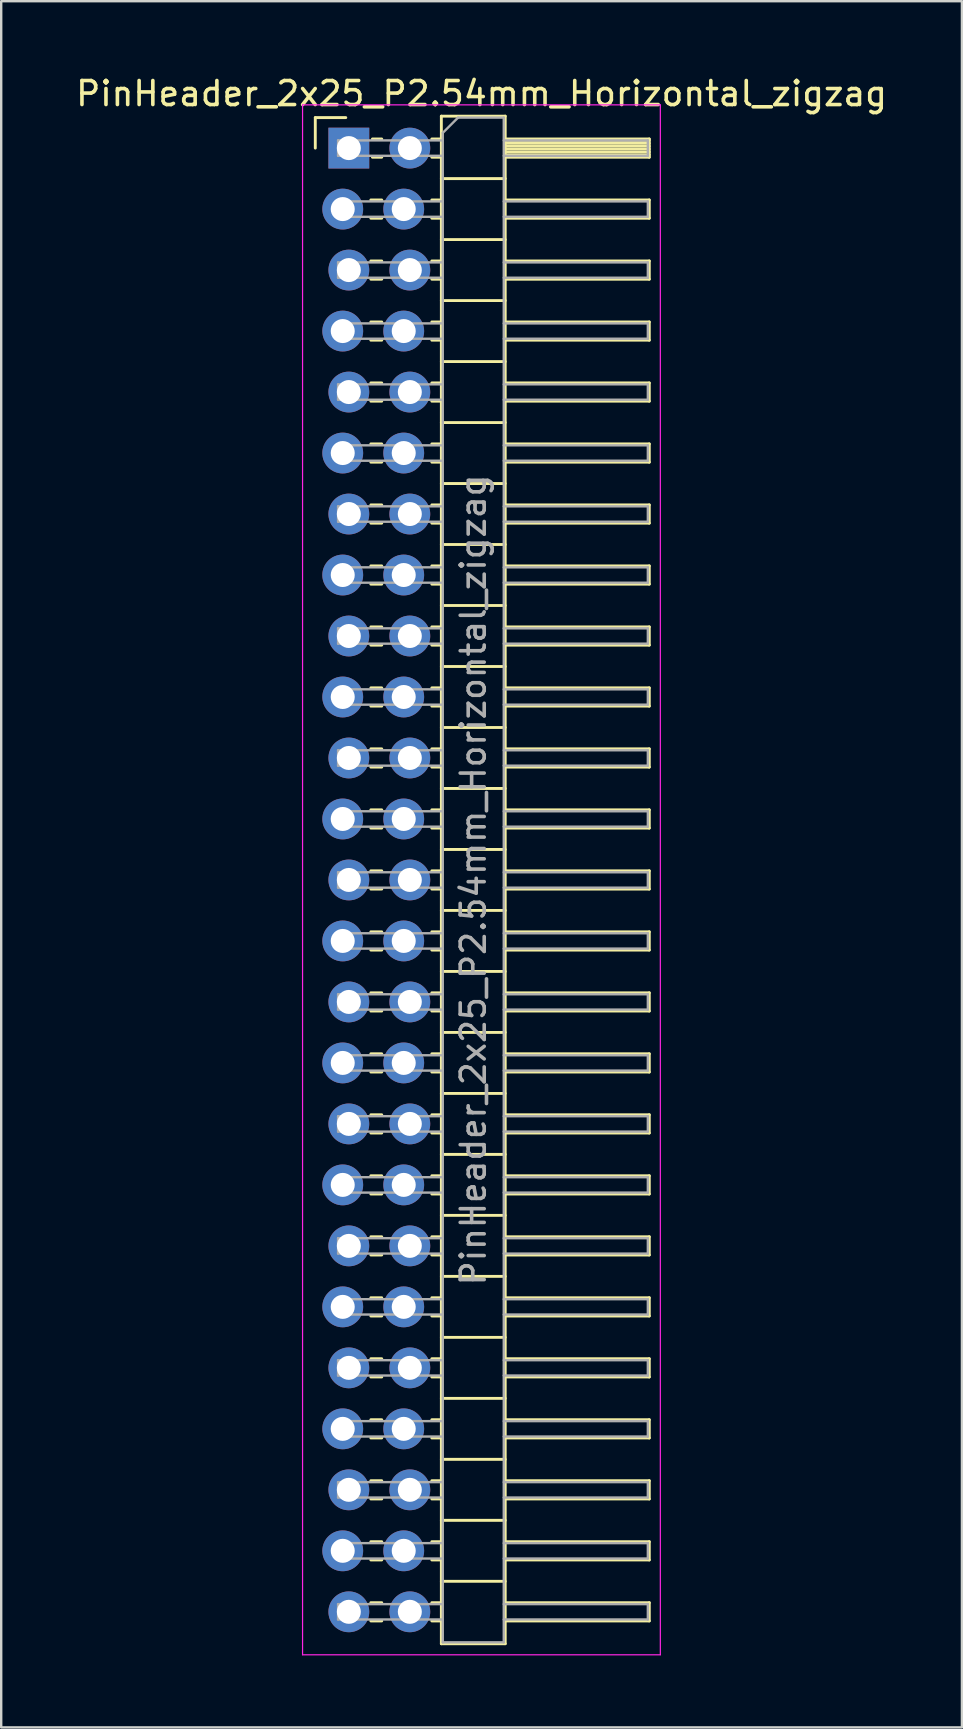
<source format=kicad_pcb>
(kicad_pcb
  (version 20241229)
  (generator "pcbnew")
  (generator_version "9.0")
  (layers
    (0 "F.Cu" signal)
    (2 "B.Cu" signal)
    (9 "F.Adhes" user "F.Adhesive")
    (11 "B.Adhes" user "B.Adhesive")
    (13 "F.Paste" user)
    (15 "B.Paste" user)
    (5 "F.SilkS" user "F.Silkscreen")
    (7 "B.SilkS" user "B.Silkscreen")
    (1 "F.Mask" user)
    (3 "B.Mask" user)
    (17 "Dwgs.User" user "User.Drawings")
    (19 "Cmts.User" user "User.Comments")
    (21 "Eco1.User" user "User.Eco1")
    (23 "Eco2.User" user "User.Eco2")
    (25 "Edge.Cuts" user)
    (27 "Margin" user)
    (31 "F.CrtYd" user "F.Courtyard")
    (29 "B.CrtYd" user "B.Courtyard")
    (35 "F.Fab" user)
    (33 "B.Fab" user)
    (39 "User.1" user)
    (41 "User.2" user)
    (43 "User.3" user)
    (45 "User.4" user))
  (footprint "PinHeader_2x25_P2.54mm_Horizontal_zigzag"
    (layer "F.Cu")
    (at 11.351 3.118)
    (property "Reference" "PinHeader_2x25_P2.54mm_Horizontal_zigzag" (at 5.655 -2.27 0) (layer "F.SilkS") (effects (font (size 1 1) (thickness 0.15))))
    (attr through_hole)
    (fp_line (start -1.27 -1.27) (end 0 -1.27) (stroke (width 0.12) (type solid)) (layer "F.SilkS"))
    (fp_line (start -1.27 0) (end -1.27 -1.27) (stroke (width 0.12) (type solid)) (layer "F.SilkS"))
    (fp_line (start 1.043 2.16) (end 1.497 2.16) (stroke (width 0.12) (type solid)) (layer "F.SilkS"))
    (fp_line (start 1.043 2.92) (end 1.497 2.92) (stroke (width 0.12) (type solid)) (layer "F.SilkS"))
    (fp_line (start 1.043 4.7) (end 1.497 4.7) (stroke (width 0.12) (type solid)) (layer "F.SilkS"))
    (fp_line (start 1.043 5.46) (end 1.497 5.46) (stroke (width 0.12) (type solid)) (layer "F.SilkS"))
    (fp_line (start 1.043 7.24) (end 1.497 7.24) (stroke (width 0.12) (type solid)) (layer "F.SilkS"))
    (fp_line (start 1.043 8) (end 1.497 8) (stroke (width 0.12) (type solid)) (layer "F.SilkS"))
    (fp_line (start 1.043 9.78) (end 1.497 9.78) (stroke (width 0.12) (type solid)) (layer "F.SilkS"))
    (fp_line (start 1.043 10.54) (end 1.497 10.54) (stroke (width 0.12) (type solid)) (layer "F.SilkS"))
    (fp_line (start 1.043 12.32) (end 1.497 12.32) (stroke (width 0.12) (type solid)) (layer "F.SilkS"))
    (fp_line (start 1.043 13.08) (end 1.497 13.08) (stroke (width 0.12) (type solid)) (layer "F.SilkS"))
    (fp_line (start 1.043 14.86) (end 1.497 14.86) (stroke (width 0.12) (type solid)) (layer "F.SilkS"))
    (fp_line (start 1.043 15.62) (end 1.497 15.62) (stroke (width 0.12) (type solid)) (layer "F.SilkS"))
    (fp_line (start 1.043 17.4) (end 1.497 17.4) (stroke (width 0.12) (type solid)) (layer "F.SilkS"))
    (fp_line (start 1.043 18.16) (end 1.497 18.16) (stroke (width 0.12) (type solid)) (layer "F.SilkS"))
    (fp_line (start 1.043 19.94) (end 1.497 19.94) (stroke (width 0.12) (type solid)) (layer "F.SilkS"))
    (fp_line (start 1.043 20.7) (end 1.497 20.7) (stroke (width 0.12) (type solid)) (layer "F.SilkS"))
    (fp_line (start 1.043 22.48) (end 1.497 22.48) (stroke (width 0.12) (type solid)) (layer "F.SilkS"))
    (fp_line (start 1.043 23.24) (end 1.497 23.24) (stroke (width 0.12) (type solid)) (layer "F.SilkS"))
    (fp_line (start 1.043 25.02) (end 1.497 25.02) (stroke (width 0.12) (type solid)) (layer "F.SilkS"))
    (fp_line (start 1.043 25.78) (end 1.497 25.78) (stroke (width 0.12) (type solid)) (layer "F.SilkS"))
    (fp_line (start 1.043 27.56) (end 1.497 27.56) (stroke (width 0.12) (type solid)) (layer "F.SilkS"))
    (fp_line (start 1.043 28.32) (end 1.497 28.32) (stroke (width 0.12) (type solid)) (layer "F.SilkS"))
    (fp_line (start 1.043 30.1) (end 1.497 30.1) (stroke (width 0.12) (type solid)) (layer "F.SilkS"))
    (fp_line (start 1.043 30.86) (end 1.497 30.86) (stroke (width 0.12) (type solid)) (layer "F.SilkS"))
    (fp_line (start 1.043 32.64) (end 1.497 32.64) (stroke (width 0.12) (type solid)) (layer "F.SilkS"))
    (fp_line (start 1.043 33.4) (end 1.497 33.4) (stroke (width 0.12) (type solid)) (layer "F.SilkS"))
    (fp_line (start 1.043 35.18) (end 1.497 35.18) (stroke (width 0.12) (type solid)) (layer "F.SilkS"))
    (fp_line (start 1.043 35.94) (end 1.497 35.94) (stroke (width 0.12) (type solid)) (layer "F.SilkS"))
    (fp_line (start 1.043 37.72) (end 1.497 37.72) (stroke (width 0.12) (type solid)) (layer "F.SilkS"))
    (fp_line (start 1.043 38.48) (end 1.497 38.48) (stroke (width 0.12) (type solid)) (layer "F.SilkS"))
    (fp_line (start 1.043 40.26) (end 1.497 40.26) (stroke (width 0.12) (type solid)) (layer "F.SilkS"))
    (fp_line (start 1.043 41.02) (end 1.497 41.02) (stroke (width 0.12) (type solid)) (layer "F.SilkS"))
    (fp_line (start 1.043 42.8) (end 1.497 42.8) (stroke (width 0.12) (type solid)) (layer "F.SilkS"))
    (fp_line (start 1.043 43.56) (end 1.497 43.56) (stroke (width 0.12) (type solid)) (layer "F.SilkS"))
    (fp_line (start 1.043 45.34) (end 1.497 45.34) (stroke (width 0.12) (type solid)) (layer "F.SilkS"))
    (fp_line (start 1.043 46.1) (end 1.497 46.1) (stroke (width 0.12) (type solid)) (layer "F.SilkS"))
    (fp_line (start 1.043 47.88) (end 1.497 47.88) (stroke (width 0.12) (type solid)) (layer "F.SilkS"))
    (fp_line (start 1.043 48.64) (end 1.497 48.64) (stroke (width 0.12) (type solid)) (layer "F.SilkS"))
    (fp_line (start 1.043 50.42) (end 1.497 50.42) (stroke (width 0.12) (type solid)) (layer "F.SilkS"))
    (fp_line (start 1.043 51.18) (end 1.497 51.18) (stroke (width 0.12) (type solid)) (layer "F.SilkS"))
    (fp_line (start 1.043 52.96) (end 1.497 52.96) (stroke (width 0.12) (type solid)) (layer "F.SilkS"))
    (fp_line (start 1.043 53.72) (end 1.497 53.72) (stroke (width 0.12) (type solid)) (layer "F.SilkS"))
    (fp_line (start 1.043 55.5) (end 1.497 55.5) (stroke (width 0.12) (type solid)) (layer "F.SilkS"))
    (fp_line (start 1.043 56.26) (end 1.497 56.26) (stroke (width 0.12) (type solid)) (layer "F.SilkS"))
    (fp_line (start 1.043 58.04) (end 1.497 58.04) (stroke (width 0.12) (type solid)) (layer "F.SilkS"))
    (fp_line (start 1.043 58.8) (end 1.497 58.8) (stroke (width 0.12) (type solid)) (layer "F.SilkS"))
    (fp_line (start 1.043 60.58) (end 1.497 60.58) (stroke (width 0.12) (type solid)) (layer "F.SilkS"))
    (fp_line (start 1.043 61.34) (end 1.497 61.34) (stroke (width 0.12) (type solid)) (layer "F.SilkS"))
    (fp_line (start 1.11 -0.38) (end 1.497 -0.38) (stroke (width 0.12) (type solid)) (layer "F.SilkS"))
    (fp_line (start 1.11 0.38) (end 1.497 0.38) (stroke (width 0.12) (type solid)) (layer "F.SilkS"))
    (fp_line (start 3.583 -0.38) (end 3.98 -0.38) (stroke (width 0.12) (type solid)) (layer "F.SilkS"))
    (fp_line (start 3.583 0.38) (end 3.98 0.38) (stroke (width 0.12) (type solid)) (layer "F.SilkS"))
    (fp_line (start 3.583 2.16) (end 3.98 2.16) (stroke (width 0.12) (type solid)) (layer "F.SilkS"))
    (fp_line (start 3.583 2.92) (end 3.98 2.92) (stroke (width 0.12) (type solid)) (layer "F.SilkS"))
    (fp_line (start 3.583 4.7) (end 3.98 4.7) (stroke (width 0.12) (type solid)) (layer "F.SilkS"))
    (fp_line (start 3.583 5.46) (end 3.98 5.46) (stroke (width 0.12) (type solid)) (layer "F.SilkS"))
    (fp_line (start 3.583 7.24) (end 3.98 7.24) (stroke (width 0.12) (type solid)) (layer "F.SilkS"))
    (fp_line (start 3.583 8) (end 3.98 8) (stroke (width 0.12) (type solid)) (layer "F.SilkS"))
    (fp_line (start 3.583 9.78) (end 3.98 9.78) (stroke (width 0.12) (type solid)) (layer "F.SilkS"))
    (fp_line (start 3.583 10.54) (end 3.98 10.54) (stroke (width 0.12) (type solid)) (layer "F.SilkS"))
    (fp_line (start 3.583 12.32) (end 3.98 12.32) (stroke (width 0.12) (type solid)) (layer "F.SilkS"))
    (fp_line (start 3.583 13.08) (end 3.98 13.08) (stroke (width 0.12) (type solid)) (layer "F.SilkS"))
    (fp_line (start 3.583 14.86) (end 3.98 14.86) (stroke (width 0.12) (type solid)) (layer "F.SilkS"))
    (fp_line (start 3.583 15.62) (end 3.98 15.62) (stroke (width 0.12) (type solid)) (layer "F.SilkS"))
    (fp_line (start 3.583 17.4) (end 3.98 17.4) (stroke (width 0.12) (type solid)) (layer "F.SilkS"))
    (fp_line (start 3.583 18.16) (end 3.98 18.16) (stroke (width 0.12) (type solid)) (layer "F.SilkS"))
    (fp_line (start 3.583 19.94) (end 3.98 19.94) (stroke (width 0.12) (type solid)) (layer "F.SilkS"))
    (fp_line (start 3.583 20.7) (end 3.98 20.7) (stroke (width 0.12) (type solid)) (layer "F.SilkS"))
    (fp_line (start 3.583 22.48) (end 3.98 22.48) (stroke (width 0.12) (type solid)) (layer "F.SilkS"))
    (fp_line (start 3.583 23.24) (end 3.98 23.24) (stroke (width 0.12) (type solid)) (layer "F.SilkS"))
    (fp_line (start 3.583 25.02) (end 3.98 25.02) (stroke (width 0.12) (type solid)) (layer "F.SilkS"))
    (fp_line (start 3.583 25.78) (end 3.98 25.78) (stroke (width 0.12) (type solid)) (layer "F.SilkS"))
    (fp_line (start 3.583 27.56) (end 3.98 27.56) (stroke (width 0.12) (type solid)) (layer "F.SilkS"))
    (fp_line (start 3.583 28.32) (end 3.98 28.32) (stroke (width 0.12) (type solid)) (layer "F.SilkS"))
    (fp_line (start 3.583 30.1) (end 3.98 30.1) (stroke (width 0.12) (type solid)) (layer "F.SilkS"))
    (fp_line (start 3.583 30.86) (end 3.98 30.86) (stroke (width 0.12) (type solid)) (layer "F.SilkS"))
    (fp_line (start 3.583 32.64) (end 3.98 32.64) (stroke (width 0.12) (type solid)) (layer "F.SilkS"))
    (fp_line (start 3.583 33.4) (end 3.98 33.4) (stroke (width 0.12) (type solid)) (layer "F.SilkS"))
    (fp_line (start 3.583 35.18) (end 3.98 35.18) (stroke (width 0.12) (type solid)) (layer "F.SilkS"))
    (fp_line (start 3.583 35.94) (end 3.98 35.94) (stroke (width 0.12) (type solid)) (layer "F.SilkS"))
    (fp_line (start 3.583 37.72) (end 3.98 37.72) (stroke (width 0.12) (type solid)) (layer "F.SilkS"))
    (fp_line (start 3.583 38.48) (end 3.98 38.48) (stroke (width 0.12) (type solid)) (layer "F.SilkS"))
    (fp_line (start 3.583 40.26) (end 3.98 40.26) (stroke (width 0.12) (type solid)) (layer "F.SilkS"))
    (fp_line (start 3.583 41.02) (end 3.98 41.02) (stroke (width 0.12) (type solid)) (layer "F.SilkS"))
    (fp_line (start 3.583 42.8) (end 3.98 42.8) (stroke (width 0.12) (type solid)) (layer "F.SilkS"))
    (fp_line (start 3.583 43.56) (end 3.98 43.56) (stroke (width 0.12) (type solid)) (layer "F.SilkS"))
    (fp_line (start 3.583 45.34) (end 3.98 45.34) (stroke (width 0.12) (type solid)) (layer "F.SilkS"))
    (fp_line (start 3.583 46.1) (end 3.98 46.1) (stroke (width 0.12) (type solid)) (layer "F.SilkS"))
    (fp_line (start 3.583 47.88) (end 3.98 47.88) (stroke (width 0.12) (type solid)) (layer "F.SilkS"))
    (fp_line (start 3.583 48.64) (end 3.98 48.64) (stroke (width 0.12) (type solid)) (layer "F.SilkS"))
    (fp_line (start 3.583 50.42) (end 3.98 50.42) (stroke (width 0.12) (type solid)) (layer "F.SilkS"))
    (fp_line (start 3.583 51.18) (end 3.98 51.18) (stroke (width 0.12) (type solid)) (layer "F.SilkS"))
    (fp_line (start 3.583 52.96) (end 3.98 52.96) (stroke (width 0.12) (type solid)) (layer "F.SilkS"))
    (fp_line (start 3.583 53.72) (end 3.98 53.72) (stroke (width 0.12) (type solid)) (layer "F.SilkS"))
    (fp_line (start 3.583 55.5) (end 3.98 55.5) (stroke (width 0.12) (type solid)) (layer "F.SilkS"))
    (fp_line (start 3.583 56.26) (end 3.98 56.26) (stroke (width 0.12) (type solid)) (layer "F.SilkS"))
    (fp_line (start 3.583 58.04) (end 3.98 58.04) (stroke (width 0.12) (type solid)) (layer "F.SilkS"))
    (fp_line (start 3.583 58.8) (end 3.98 58.8) (stroke (width 0.12) (type solid)) (layer "F.SilkS"))
    (fp_line (start 3.583 60.58) (end 3.98 60.58) (stroke (width 0.12) (type solid)) (layer "F.SilkS"))
    (fp_line (start 3.583 61.34) (end 3.98 61.34) (stroke (width 0.12) (type solid)) (layer "F.SilkS"))
    (fp_line (start 3.98 -1.33) (end 3.98 62.29) (stroke (width 0.12) (type solid)) (layer "F.SilkS"))
    (fp_line (start 3.98 1.27) (end 6.64 1.27) (stroke (width 0.12) (type solid)) (layer "F.SilkS"))
    (fp_line (start 3.98 3.81) (end 6.64 3.81) (stroke (width 0.12) (type solid)) (layer "F.SilkS"))
    (fp_line (start 3.98 6.35) (end 6.64 6.35) (stroke (width 0.12) (type solid)) (layer "F.SilkS"))
    (fp_line (start 3.98 8.89) (end 6.64 8.89) (stroke (width 0.12) (type solid)) (layer "F.SilkS"))
    (fp_line (start 3.98 11.43) (end 6.64 11.43) (stroke (width 0.12) (type solid)) (layer "F.SilkS"))
    (fp_line (start 3.98 13.97) (end 6.64 13.97) (stroke (width 0.12) (type solid)) (layer "F.SilkS"))
    (fp_line (start 3.98 16.51) (end 6.64 16.51) (stroke (width 0.12) (type solid)) (layer "F.SilkS"))
    (fp_line (start 3.98 19.05) (end 6.64 19.05) (stroke (width 0.12) (type solid)) (layer "F.SilkS"))
    (fp_line (start 3.98 21.59) (end 6.64 21.59) (stroke (width 0.12) (type solid)) (layer "F.SilkS"))
    (fp_line (start 3.98 24.13) (end 6.64 24.13) (stroke (width 0.12) (type solid)) (layer "F.SilkS"))
    (fp_line (start 3.98 26.67) (end 6.64 26.67) (stroke (width 0.12) (type solid)) (layer "F.SilkS"))
    (fp_line (start 3.98 29.21) (end 6.64 29.21) (stroke (width 0.12) (type solid)) (layer "F.SilkS"))
    (fp_line (start 3.98 31.75) (end 6.64 31.75) (stroke (width 0.12) (type solid)) (layer "F.SilkS"))
    (fp_line (start 3.98 34.29) (end 6.64 34.29) (stroke (width 0.12) (type solid)) (layer "F.SilkS"))
    (fp_line (start 3.98 36.83) (end 6.64 36.83) (stroke (width 0.12) (type solid)) (layer "F.SilkS"))
    (fp_line (start 3.98 39.37) (end 6.64 39.37) (stroke (width 0.12) (type solid)) (layer "F.SilkS"))
    (fp_line (start 3.98 41.91) (end 6.64 41.91) (stroke (width 0.12) (type solid)) (layer "F.SilkS"))
    (fp_line (start 3.98 44.45) (end 6.64 44.45) (stroke (width 0.12) (type solid)) (layer "F.SilkS"))
    (fp_line (start 3.98 46.99) (end 6.64 46.99) (stroke (width 0.12) (type solid)) (layer "F.SilkS"))
    (fp_line (start 3.98 49.53) (end 6.64 49.53) (stroke (width 0.12) (type solid)) (layer "F.SilkS"))
    (fp_line (start 3.98 52.07) (end 6.64 52.07) (stroke (width 0.12) (type solid)) (layer "F.SilkS"))
    (fp_line (start 3.98 54.61) (end 6.64 54.61) (stroke (width 0.12) (type solid)) (layer "F.SilkS"))
    (fp_line (start 3.98 57.15) (end 6.64 57.15) (stroke (width 0.12) (type solid)) (layer "F.SilkS"))
    (fp_line (start 3.98 59.69) (end 6.64 59.69) (stroke (width 0.12) (type solid)) (layer "F.SilkS"))
    (fp_line (start 3.98 62.29) (end 6.64 62.29) (stroke (width 0.12) (type solid)) (layer "F.SilkS"))
    (fp_line (start 6.64 -1.33) (end 3.98 -1.33) (stroke (width 0.12) (type solid)) (layer "F.SilkS"))
    (fp_line (start 6.64 -0.38) (end 12.64 -0.38) (stroke (width 0.12) (type solid)) (layer "F.SilkS"))
    (fp_line (start 6.64 -0.32) (end 12.64 -0.32) (stroke (width 0.12) (type solid)) (layer "F.SilkS"))
    (fp_line (start 6.64 -0.2) (end 12.64 -0.2) (stroke (width 0.12) (type solid)) (layer "F.SilkS"))
    (fp_line (start 6.64 -0.08) (end 12.64 -0.08) (stroke (width 0.12) (type solid)) (layer "F.SilkS"))
    (fp_line (start 6.64 0.04) (end 12.64 0.04) (stroke (width 0.12) (type solid)) (layer "F.SilkS"))
    (fp_line (start 6.64 0.16) (end 12.64 0.16) (stroke (width 0.12) (type solid)) (layer "F.SilkS"))
    (fp_line (start 6.64 0.28) (end 12.64 0.28) (stroke (width 0.12) (type solid)) (layer "F.SilkS"))
    (fp_line (start 6.64 2.16) (end 12.64 2.16) (stroke (width 0.12) (type solid)) (layer "F.SilkS"))
    (fp_line (start 6.64 4.7) (end 12.64 4.7) (stroke (width 0.12) (type solid)) (layer "F.SilkS"))
    (fp_line (start 6.64 7.24) (end 12.64 7.24) (stroke (width 0.12) (type solid)) (layer "F.SilkS"))
    (fp_line (start 6.64 9.78) (end 12.64 9.78) (stroke (width 0.12) (type solid)) (layer "F.SilkS"))
    (fp_line (start 6.64 12.32) (end 12.64 12.32) (stroke (width 0.12) (type solid)) (layer "F.SilkS"))
    (fp_line (start 6.64 14.86) (end 12.64 14.86) (stroke (width 0.12) (type solid)) (layer "F.SilkS"))
    (fp_line (start 6.64 17.4) (end 12.64 17.4) (stroke (width 0.12) (type solid)) (layer "F.SilkS"))
    (fp_line (start 6.64 19.94) (end 12.64 19.94) (stroke (width 0.12) (type solid)) (layer "F.SilkS"))
    (fp_line (start 6.64 22.48) (end 12.64 22.48) (stroke (width 0.12) (type solid)) (layer "F.SilkS"))
    (fp_line (start 6.64 25.02) (end 12.64 25.02) (stroke (width 0.12) (type solid)) (layer "F.SilkS"))
    (fp_line (start 6.64 27.56) (end 12.64 27.56) (stroke (width 0.12) (type solid)) (layer "F.SilkS"))
    (fp_line (start 6.64 30.1) (end 12.64 30.1) (stroke (width 0.12) (type solid)) (layer "F.SilkS"))
    (fp_line (start 6.64 32.64) (end 12.64 32.64) (stroke (width 0.12) (type solid)) (layer "F.SilkS"))
    (fp_line (start 6.64 35.18) (end 12.64 35.18) (stroke (width 0.12) (type solid)) (layer "F.SilkS"))
    (fp_line (start 6.64 37.72) (end 12.64 37.72) (stroke (width 0.12) (type solid)) (layer "F.SilkS"))
    (fp_line (start 6.64 40.26) (end 12.64 40.26) (stroke (width 0.12) (type solid)) (layer "F.SilkS"))
    (fp_line (start 6.64 42.8) (end 12.64 42.8) (stroke (width 0.12) (type solid)) (layer "F.SilkS"))
    (fp_line (start 6.64 45.34) (end 12.64 45.34) (stroke (width 0.12) (type solid)) (layer "F.SilkS"))
    (fp_line (start 6.64 47.88) (end 12.64 47.88) (stroke (width 0.12) (type solid)) (layer "F.SilkS"))
    (fp_line (start 6.64 50.42) (end 12.64 50.42) (stroke (width 0.12) (type solid)) (layer "F.SilkS"))
    (fp_line (start 6.64 52.96) (end 12.64 52.96) (stroke (width 0.12) (type solid)) (layer "F.SilkS"))
    (fp_line (start 6.64 55.5) (end 12.64 55.5) (stroke (width 0.12) (type solid)) (layer "F.SilkS"))
    (fp_line (start 6.64 58.04) (end 12.64 58.04) (stroke (width 0.12) (type solid)) (layer "F.SilkS"))
    (fp_line (start 6.64 60.58) (end 12.64 60.58) (stroke (width 0.12) (type solid)) (layer "F.SilkS"))
    (fp_line (start 6.64 62.29) (end 6.64 -1.33) (stroke (width 0.12) (type solid)) (layer "F.SilkS"))
    (fp_line (start 12.64 -0.38) (end 12.64 0.38) (stroke (width 0.12) (type solid)) (layer "F.SilkS"))
    (fp_line (start 12.64 0.38) (end 6.64 0.38) (stroke (width 0.12) (type solid)) (layer "F.SilkS"))
    (fp_line (start 12.64 2.16) (end 12.64 2.92) (stroke (width 0.12) (type solid)) (layer "F.SilkS"))
    (fp_line (start 12.64 2.92) (end 6.64 2.92) (stroke (width 0.12) (type solid)) (layer "F.SilkS"))
    (fp_line (start 12.64 4.7) (end 12.64 5.46) (stroke (width 0.12) (type solid)) (layer "F.SilkS"))
    (fp_line (start 12.64 5.46) (end 6.64 5.46) (stroke (width 0.12) (type solid)) (layer "F.SilkS"))
    (fp_line (start 12.64 7.24) (end 12.64 8) (stroke (width 0.12) (type solid)) (layer "F.SilkS"))
    (fp_line (start 12.64 8) (end 6.64 8) (stroke (width 0.12) (type solid)) (layer "F.SilkS"))
    (fp_line (start 12.64 9.78) (end 12.64 10.54) (stroke (width 0.12) (type solid)) (layer "F.SilkS"))
    (fp_line (start 12.64 10.54) (end 6.64 10.54) (stroke (width 0.12) (type solid)) (layer "F.SilkS"))
    (fp_line (start 12.64 12.32) (end 12.64 13.08) (stroke (width 0.12) (type solid)) (layer "F.SilkS"))
    (fp_line (start 12.64 13.08) (end 6.64 13.08) (stroke (width 0.12) (type solid)) (layer "F.SilkS"))
    (fp_line (start 12.64 14.86) (end 12.64 15.62) (stroke (width 0.12) (type solid)) (layer "F.SilkS"))
    (fp_line (start 12.64 15.62) (end 6.64 15.62) (stroke (width 0.12) (type solid)) (layer "F.SilkS"))
    (fp_line (start 12.64 17.4) (end 12.64 18.16) (stroke (width 0.12) (type solid)) (layer "F.SilkS"))
    (fp_line (start 12.64 18.16) (end 6.64 18.16) (stroke (width 0.12) (type solid)) (layer "F.SilkS"))
    (fp_line (start 12.64 19.94) (end 12.64 20.7) (stroke (width 0.12) (type solid)) (layer "F.SilkS"))
    (fp_line (start 12.64 20.7) (end 6.64 20.7) (stroke (width 0.12) (type solid)) (layer "F.SilkS"))
    (fp_line (start 12.64 22.48) (end 12.64 23.24) (stroke (width 0.12) (type solid)) (layer "F.SilkS"))
    (fp_line (start 12.64 23.24) (end 6.64 23.24) (stroke (width 0.12) (type solid)) (layer "F.SilkS"))
    (fp_line (start 12.64 25.02) (end 12.64 25.78) (stroke (width 0.12) (type solid)) (layer "F.SilkS"))
    (fp_line (start 12.64 25.78) (end 6.64 25.78) (stroke (width 0.12) (type solid)) (layer "F.SilkS"))
    (fp_line (start 12.64 27.56) (end 12.64 28.32) (stroke (width 0.12) (type solid)) (layer "F.SilkS"))
    (fp_line (start 12.64 28.32) (end 6.64 28.32) (stroke (width 0.12) (type solid)) (layer "F.SilkS"))
    (fp_line (start 12.64 30.1) (end 12.64 30.86) (stroke (width 0.12) (type solid)) (layer "F.SilkS"))
    (fp_line (start 12.64 30.86) (end 6.64 30.86) (stroke (width 0.12) (type solid)) (layer "F.SilkS"))
    (fp_line (start 12.64 32.64) (end 12.64 33.4) (stroke (width 0.12) (type solid)) (layer "F.SilkS"))
    (fp_line (start 12.64 33.4) (end 6.64 33.4) (stroke (width 0.12) (type solid)) (layer "F.SilkS"))
    (fp_line (start 12.64 35.18) (end 12.64 35.94) (stroke (width 0.12) (type solid)) (layer "F.SilkS"))
    (fp_line (start 12.64 35.94) (end 6.64 35.94) (stroke (width 0.12) (type solid)) (layer "F.SilkS"))
    (fp_line (start 12.64 37.72) (end 12.64 38.48) (stroke (width 0.12) (type solid)) (layer "F.SilkS"))
    (fp_line (start 12.64 38.48) (end 6.64 38.48) (stroke (width 0.12) (type solid)) (layer "F.SilkS"))
    (fp_line (start 12.64 40.26) (end 12.64 41.02) (stroke (width 0.12) (type solid)) (layer "F.SilkS"))
    (fp_line (start 12.64 41.02) (end 6.64 41.02) (stroke (width 0.12) (type solid)) (layer "F.SilkS"))
    (fp_line (start 12.64 42.8) (end 12.64 43.56) (stroke (width 0.12) (type solid)) (layer "F.SilkS"))
    (fp_line (start 12.64 43.56) (end 6.64 43.56) (stroke (width 0.12) (type solid)) (layer "F.SilkS"))
    (fp_line (start 12.64 45.34) (end 12.64 46.1) (stroke (width 0.12) (type solid)) (layer "F.SilkS"))
    (fp_line (start 12.64 46.1) (end 6.64 46.1) (stroke (width 0.12) (type solid)) (layer "F.SilkS"))
    (fp_line (start 12.64 47.88) (end 12.64 48.64) (stroke (width 0.12) (type solid)) (layer "F.SilkS"))
    (fp_line (start 12.64 48.64) (end 6.64 48.64) (stroke (width 0.12) (type solid)) (layer "F.SilkS"))
    (fp_line (start 12.64 50.42) (end 12.64 51.18) (stroke (width 0.12) (type solid)) (layer "F.SilkS"))
    (fp_line (start 12.64 51.18) (end 6.64 51.18) (stroke (width 0.12) (type solid)) (layer "F.SilkS"))
    (fp_line (start 12.64 52.96) (end 12.64 53.72) (stroke (width 0.12) (type solid)) (layer "F.SilkS"))
    (fp_line (start 12.64 53.72) (end 6.64 53.72) (stroke (width 0.12) (type solid)) (layer "F.SilkS"))
    (fp_line (start 12.64 55.5) (end 12.64 56.26) (stroke (width 0.12) (type solid)) (layer "F.SilkS"))
    (fp_line (start 12.64 56.26) (end 6.64 56.26) (stroke (width 0.12) (type solid)) (layer "F.SilkS"))
    (fp_line (start 12.64 58.04) (end 12.64 58.8) (stroke (width 0.12) (type solid)) (layer "F.SilkS"))
    (fp_line (start 12.64 58.8) (end 6.64 58.8) (stroke (width 0.12) (type solid)) (layer "F.SilkS"))
    (fp_line (start 12.64 60.58) (end 12.64 61.34) (stroke (width 0.12) (type solid)) (layer "F.SilkS"))
    (fp_line (start 12.64 61.34) (end 6.64 61.34) (stroke (width 0.12) (type solid)) (layer "F.SilkS"))
    (fp_line (start -1.8 -1.8) (end -1.8 62.75) (stroke (width 0.05) (type solid)) (layer "F.CrtYd"))
    (fp_line (start -1.8 62.75) (end 13.1 62.75) (stroke (width 0.05) (type solid)) (layer "F.CrtYd"))
    (fp_line (start 13.1 -1.8) (end -1.8 -1.8) (stroke (width 0.05) (type solid)) (layer "F.CrtYd"))
    (fp_line (start 13.1 62.75) (end 13.1 -1.8) (stroke (width 0.05) (type solid)) (layer "F.CrtYd"))
    (fp_line (start -0.32 -0.32) (end -0.32 0.32) (stroke (width 0.1) (type solid)) (layer "F.Fab"))
    (fp_line (start -0.32 -0.32) (end 4.04 -0.32) (stroke (width 0.1) (type solid)) (layer "F.Fab"))
    (fp_line (start -0.32 0.32) (end 4.04 0.32) (stroke (width 0.1) (type solid)) (layer "F.Fab"))
    (fp_line (start -0.32 2.22) (end -0.32 2.86) (stroke (width 0.1) (type solid)) (layer "F.Fab"))
    (fp_line (start -0.32 2.22) (end 4.04 2.22) (stroke (width 0.1) (type solid)) (layer "F.Fab"))
    (fp_line (start -0.32 2.86) (end 4.04 2.86) (stroke (width 0.1) (type solid)) (layer "F.Fab"))
    (fp_line (start -0.32 4.76) (end -0.32 5.4) (stroke (width 0.1) (type solid)) (layer "F.Fab"))
    (fp_line (start -0.32 4.76) (end 4.04 4.76) (stroke (width 0.1) (type solid)) (layer "F.Fab"))
    (fp_line (start -0.32 5.4) (end 4.04 5.4) (stroke (width 0.1) (type solid)) (layer "F.Fab"))
    (fp_line (start -0.32 7.3) (end -0.32 7.94) (stroke (width 0.1) (type solid)) (layer "F.Fab"))
    (fp_line (start -0.32 7.3) (end 4.04 7.3) (stroke (width 0.1) (type solid)) (layer "F.Fab"))
    (fp_line (start -0.32 7.94) (end 4.04 7.94) (stroke (width 0.1) (type solid)) (layer "F.Fab"))
    (fp_line (start -0.32 9.84) (end -0.32 10.48) (stroke (width 0.1) (type solid)) (layer "F.Fab"))
    (fp_line (start -0.32 9.84) (end 4.04 9.84) (stroke (width 0.1) (type solid)) (layer "F.Fab"))
    (fp_line (start -0.32 10.48) (end 4.04 10.48) (stroke (width 0.1) (type solid)) (layer "F.Fab"))
    (fp_line (start -0.32 12.38) (end -0.32 13.02) (stroke (width 0.1) (type solid)) (layer "F.Fab"))
    (fp_line (start -0.32 12.38) (end 4.04 12.38) (stroke (width 0.1) (type solid)) (layer "F.Fab"))
    (fp_line (start -0.32 13.02) (end 4.04 13.02) (stroke (width 0.1) (type solid)) (layer "F.Fab"))
    (fp_line (start -0.32 14.92) (end -0.32 15.56) (stroke (width 0.1) (type solid)) (layer "F.Fab"))
    (fp_line (start -0.32 14.92) (end 4.04 14.92) (stroke (width 0.1) (type solid)) (layer "F.Fab"))
    (fp_line (start -0.32 15.56) (end 4.04 15.56) (stroke (width 0.1) (type solid)) (layer "F.Fab"))
    (fp_line (start -0.32 17.46) (end -0.32 18.1) (stroke (width 0.1) (type solid)) (layer "F.Fab"))
    (fp_line (start -0.32 17.46) (end 4.04 17.46) (stroke (width 0.1) (type solid)) (layer "F.Fab"))
    (fp_line (start -0.32 18.1) (end 4.04 18.1) (stroke (width 0.1) (type solid)) (layer "F.Fab"))
    (fp_line (start -0.32 20) (end -0.32 20.64) (stroke (width 0.1) (type solid)) (layer "F.Fab"))
    (fp_line (start -0.32 20) (end 4.04 20) (stroke (width 0.1) (type solid)) (layer "F.Fab"))
    (fp_line (start -0.32 20.64) (end 4.04 20.64) (stroke (width 0.1) (type solid)) (layer "F.Fab"))
    (fp_line (start -0.32 22.54) (end -0.32 23.18) (stroke (width 0.1) (type solid)) (layer "F.Fab"))
    (fp_line (start -0.32 22.54) (end 4.04 22.54) (stroke (width 0.1) (type solid)) (layer "F.Fab"))
    (fp_line (start -0.32 23.18) (end 4.04 23.18) (stroke (width 0.1) (type solid)) (layer "F.Fab"))
    (fp_line (start -0.32 25.08) (end -0.32 25.72) (stroke (width 0.1) (type solid)) (layer "F.Fab"))
    (fp_line (start -0.32 25.08) (end 4.04 25.08) (stroke (width 0.1) (type solid)) (layer "F.Fab"))
    (fp_line (start -0.32 25.72) (end 4.04 25.72) (stroke (width 0.1) (type solid)) (layer "F.Fab"))
    (fp_line (start -0.32 27.62) (end -0.32 28.26) (stroke (width 0.1) (type solid)) (layer "F.Fab"))
    (fp_line (start -0.32 27.62) (end 4.04 27.62) (stroke (width 0.1) (type solid)) (layer "F.Fab"))
    (fp_line (start -0.32 28.26) (end 4.04 28.26) (stroke (width 0.1) (type solid)) (layer "F.Fab"))
    (fp_line (start -0.32 30.16) (end -0.32 30.8) (stroke (width 0.1) (type solid)) (layer "F.Fab"))
    (fp_line (start -0.32 30.16) (end 4.04 30.16) (stroke (width 0.1) (type solid)) (layer "F.Fab"))
    (fp_line (start -0.32 30.8) (end 4.04 30.8) (stroke (width 0.1) (type solid)) (layer "F.Fab"))
    (fp_line (start -0.32 32.7) (end -0.32 33.34) (stroke (width 0.1) (type solid)) (layer "F.Fab"))
    (fp_line (start -0.32 32.7) (end 4.04 32.7) (stroke (width 0.1) (type solid)) (layer "F.Fab"))
    (fp_line (start -0.32 33.34) (end 4.04 33.34) (stroke (width 0.1) (type solid)) (layer "F.Fab"))
    (fp_line (start -0.32 35.24) (end -0.32 35.88) (stroke (width 0.1) (type solid)) (layer "F.Fab"))
    (fp_line (start -0.32 35.24) (end 4.04 35.24) (stroke (width 0.1) (type solid)) (layer "F.Fab"))
    (fp_line (start -0.32 35.88) (end 4.04 35.88) (stroke (width 0.1) (type solid)) (layer "F.Fab"))
    (fp_line (start -0.32 37.78) (end -0.32 38.42) (stroke (width 0.1) (type solid)) (layer "F.Fab"))
    (fp_line (start -0.32 37.78) (end 4.04 37.78) (stroke (width 0.1) (type solid)) (layer "F.Fab"))
    (fp_line (start -0.32 38.42) (end 4.04 38.42) (stroke (width 0.1) (type solid)) (layer "F.Fab"))
    (fp_line (start -0.32 40.32) (end -0.32 40.96) (stroke (width 0.1) (type solid)) (layer "F.Fab"))
    (fp_line (start -0.32 40.32) (end 4.04 40.32) (stroke (width 0.1) (type solid)) (layer "F.Fab"))
    (fp_line (start -0.32 40.96) (end 4.04 40.96) (stroke (width 0.1) (type solid)) (layer "F.Fab"))
    (fp_line (start -0.32 42.86) (end -0.32 43.5) (stroke (width 0.1) (type solid)) (layer "F.Fab"))
    (fp_line (start -0.32 42.86) (end 4.04 42.86) (stroke (width 0.1) (type solid)) (layer "F.Fab"))
    (fp_line (start -0.32 43.5) (end 4.04 43.5) (stroke (width 0.1) (type solid)) (layer "F.Fab"))
    (fp_line (start -0.32 45.4) (end -0.32 46.04) (stroke (width 0.1) (type solid)) (layer "F.Fab"))
    (fp_line (start -0.32 45.4) (end 4.04 45.4) (stroke (width 0.1) (type solid)) (layer "F.Fab"))
    (fp_line (start -0.32 46.04) (end 4.04 46.04) (stroke (width 0.1) (type solid)) (layer "F.Fab"))
    (fp_line (start -0.32 47.94) (end -0.32 48.58) (stroke (width 0.1) (type solid)) (layer "F.Fab"))
    (fp_line (start -0.32 47.94) (end 4.04 47.94) (stroke (width 0.1) (type solid)) (layer "F.Fab"))
    (fp_line (start -0.32 48.58) (end 4.04 48.58) (stroke (width 0.1) (type solid)) (layer "F.Fab"))
    (fp_line (start -0.32 50.48) (end -0.32 51.12) (stroke (width 0.1) (type solid)) (layer "F.Fab"))
    (fp_line (start -0.32 50.48) (end 4.04 50.48) (stroke (width 0.1) (type solid)) (layer "F.Fab"))
    (fp_line (start -0.32 51.12) (end 4.04 51.12) (stroke (width 0.1) (type solid)) (layer "F.Fab"))
    (fp_line (start -0.32 53.02) (end -0.32 53.66) (stroke (width 0.1) (type solid)) (layer "F.Fab"))
    (fp_line (start -0.32 53.02) (end 4.04 53.02) (stroke (width 0.1) (type solid)) (layer "F.Fab"))
    (fp_line (start -0.32 53.66) (end 4.04 53.66) (stroke (width 0.1) (type solid)) (layer "F.Fab"))
    (fp_line (start -0.32 55.56) (end -0.32 56.2) (stroke (width 0.1) (type solid)) (layer "F.Fab"))
    (fp_line (start -0.32 55.56) (end 4.04 55.56) (stroke (width 0.1) (type solid)) (layer "F.Fab"))
    (fp_line (start -0.32 56.2) (end 4.04 56.2) (stroke (width 0.1) (type solid)) (layer "F.Fab"))
    (fp_line (start -0.32 58.1) (end -0.32 58.74) (stroke (width 0.1) (type solid)) (layer "F.Fab"))
    (fp_line (start -0.32 58.1) (end 4.04 58.1) (stroke (width 0.1) (type solid)) (layer "F.Fab"))
    (fp_line (start -0.32 58.74) (end 4.04 58.74) (stroke (width 0.1) (type solid)) (layer "F.Fab"))
    (fp_line (start -0.32 60.64) (end -0.32 61.28) (stroke (width 0.1) (type solid)) (layer "F.Fab"))
    (fp_line (start -0.32 60.64) (end 4.04 60.64) (stroke (width 0.1) (type solid)) (layer "F.Fab"))
    (fp_line (start -0.32 61.28) (end 4.04 61.28) (stroke (width 0.1) (type solid)) (layer "F.Fab"))
    (fp_line (start 4.04 -0.635) (end 4.675 -1.27) (stroke (width 0.1) (type solid)) (layer "F.Fab"))
    (fp_line (start 4.04 62.23) (end 4.04 -0.635) (stroke (width 0.1) (type solid)) (layer "F.Fab"))
    (fp_line (start 4.675 -1.27) (end 6.58 -1.27) (stroke (width 0.1) (type solid)) (layer "F.Fab"))
    (fp_line (start 6.58 -1.27) (end 6.58 62.23) (stroke (width 0.1) (type solid)) (layer "F.Fab"))
    (fp_line (start 6.58 -0.32) (end 12.58 -0.32) (stroke (width 0.1) (type solid)) (layer "F.Fab"))
    (fp_line (start 6.58 0.32) (end 12.58 0.32) (stroke (width 0.1) (type solid)) (layer "F.Fab"))
    (fp_line (start 6.58 2.22) (end 12.58 2.22) (stroke (width 0.1) (type solid)) (layer "F.Fab"))
    (fp_line (start 6.58 2.86) (end 12.58 2.86) (stroke (width 0.1) (type solid)) (layer "F.Fab"))
    (fp_line (start 6.58 4.76) (end 12.58 4.76) (stroke (width 0.1) (type solid)) (layer "F.Fab"))
    (fp_line (start 6.58 5.4) (end 12.58 5.4) (stroke (width 0.1) (type solid)) (layer "F.Fab"))
    (fp_line (start 6.58 7.3) (end 12.58 7.3) (stroke (width 0.1) (type solid)) (layer "F.Fab"))
    (fp_line (start 6.58 7.94) (end 12.58 7.94) (stroke (width 0.1) (type solid)) (layer "F.Fab"))
    (fp_line (start 6.58 9.84) (end 12.58 9.84) (stroke (width 0.1) (type solid)) (layer "F.Fab"))
    (fp_line (start 6.58 10.48) (end 12.58 10.48) (stroke (width 0.1) (type solid)) (layer "F.Fab"))
    (fp_line (start 6.58 12.38) (end 12.58 12.38) (stroke (width 0.1) (type solid)) (layer "F.Fab"))
    (fp_line (start 6.58 13.02) (end 12.58 13.02) (stroke (width 0.1) (type solid)) (layer "F.Fab"))
    (fp_line (start 6.58 14.92) (end 12.58 14.92) (stroke (width 0.1) (type solid)) (layer "F.Fab"))
    (fp_line (start 6.58 15.56) (end 12.58 15.56) (stroke (width 0.1) (type solid)) (layer "F.Fab"))
    (fp_line (start 6.58 17.46) (end 12.58 17.46) (stroke (width 0.1) (type solid)) (layer "F.Fab"))
    (fp_line (start 6.58 18.1) (end 12.58 18.1) (stroke (width 0.1) (type solid)) (layer "F.Fab"))
    (fp_line (start 6.58 20) (end 12.58 20) (stroke (width 0.1) (type solid)) (layer "F.Fab"))
    (fp_line (start 6.58 20.64) (end 12.58 20.64) (stroke (width 0.1) (type solid)) (layer "F.Fab"))
    (fp_line (start 6.58 22.54) (end 12.58 22.54) (stroke (width 0.1) (type solid)) (layer "F.Fab"))
    (fp_line (start 6.58 23.18) (end 12.58 23.18) (stroke (width 0.1) (type solid)) (layer "F.Fab"))
    (fp_line (start 6.58 25.08) (end 12.58 25.08) (stroke (width 0.1) (type solid)) (layer "F.Fab"))
    (fp_line (start 6.58 25.72) (end 12.58 25.72) (stroke (width 0.1) (type solid)) (layer "F.Fab"))
    (fp_line (start 6.58 27.62) (end 12.58 27.62) (stroke (width 0.1) (type solid)) (layer "F.Fab"))
    (fp_line (start 6.58 28.26) (end 12.58 28.26) (stroke (width 0.1) (type solid)) (layer "F.Fab"))
    (fp_line (start 6.58 30.16) (end 12.58 30.16) (stroke (width 0.1) (type solid)) (layer "F.Fab"))
    (fp_line (start 6.58 30.8) (end 12.58 30.8) (stroke (width 0.1) (type solid)) (layer "F.Fab"))
    (fp_line (start 6.58 32.7) (end 12.58 32.7) (stroke (width 0.1) (type solid)) (layer "F.Fab"))
    (fp_line (start 6.58 33.34) (end 12.58 33.34) (stroke (width 0.1) (type solid)) (layer "F.Fab"))
    (fp_line (start 6.58 35.24) (end 12.58 35.24) (stroke (width 0.1) (type solid)) (layer "F.Fab"))
    (fp_line (start 6.58 35.88) (end 12.58 35.88) (stroke (width 0.1) (type solid)) (layer "F.Fab"))
    (fp_line (start 6.58 37.78) (end 12.58 37.78) (stroke (width 0.1) (type solid)) (layer "F.Fab"))
    (fp_line (start 6.58 38.42) (end 12.58 38.42) (stroke (width 0.1) (type solid)) (layer "F.Fab"))
    (fp_line (start 6.58 40.32) (end 12.58 40.32) (stroke (width 0.1) (type solid)) (layer "F.Fab"))
    (fp_line (start 6.58 40.96) (end 12.58 40.96) (stroke (width 0.1) (type solid)) (layer "F.Fab"))
    (fp_line (start 6.58 42.86) (end 12.58 42.86) (stroke (width 0.1) (type solid)) (layer "F.Fab"))
    (fp_line (start 6.58 43.5) (end 12.58 43.5) (stroke (width 0.1) (type solid)) (layer "F.Fab"))
    (fp_line (start 6.58 45.4) (end 12.58 45.4) (stroke (width 0.1) (type solid)) (layer "F.Fab"))
    (fp_line (start 6.58 46.04) (end 12.58 46.04) (stroke (width 0.1) (type solid)) (layer "F.Fab"))
    (fp_line (start 6.58 47.94) (end 12.58 47.94) (stroke (width 0.1) (type solid)) (layer "F.Fab"))
    (fp_line (start 6.58 48.58) (end 12.58 48.58) (stroke (width 0.1) (type solid)) (layer "F.Fab"))
    (fp_line (start 6.58 50.48) (end 12.58 50.48) (stroke (width 0.1) (type solid)) (layer "F.Fab"))
    (fp_line (start 6.58 51.12) (end 12.58 51.12) (stroke (width 0.1) (type solid)) (layer "F.Fab"))
    (fp_line (start 6.58 53.02) (end 12.58 53.02) (stroke (width 0.1) (type solid)) (layer "F.Fab"))
    (fp_line (start 6.58 53.66) (end 12.58 53.66) (stroke (width 0.1) (type solid)) (layer "F.Fab"))
    (fp_line (start 6.58 55.56) (end 12.58 55.56) (stroke (width 0.1) (type solid)) (layer "F.Fab"))
    (fp_line (start 6.58 56.2) (end 12.58 56.2) (stroke (width 0.1) (type solid)) (layer "F.Fab"))
    (fp_line (start 6.58 58.1) (end 12.58 58.1) (stroke (width 0.1) (type solid)) (layer "F.Fab"))
    (fp_line (start 6.58 58.74) (end 12.58 58.74) (stroke (width 0.1) (type solid)) (layer "F.Fab"))
    (fp_line (start 6.58 60.64) (end 12.58 60.64) (stroke (width 0.1) (type solid)) (layer "F.Fab"))
    (fp_line (start 6.58 61.28) (end 12.58 61.28) (stroke (width 0.1) (type solid)) (layer "F.Fab"))
    (fp_line (start 6.58 62.23) (end 4.04 62.23) (stroke (width 0.1) (type solid)) (layer "F.Fab"))
    (fp_line (start 12.58 -0.32) (end 12.58 0.32) (stroke (width 0.1) (type solid)) (layer "F.Fab"))
    (fp_line (start 12.58 2.22) (end 12.58 2.86) (stroke (width 0.1) (type solid)) (layer "F.Fab"))
    (fp_line (start 12.58 4.76) (end 12.58 5.4) (stroke (width 0.1) (type solid)) (layer "F.Fab"))
    (fp_line (start 12.58 7.3) (end 12.58 7.94) (stroke (width 0.1) (type solid)) (layer "F.Fab"))
    (fp_line (start 12.58 9.84) (end 12.58 10.48) (stroke (width 0.1) (type solid)) (layer "F.Fab"))
    (fp_line (start 12.58 12.38) (end 12.58 13.02) (stroke (width 0.1) (type solid)) (layer "F.Fab"))
    (fp_line (start 12.58 14.92) (end 12.58 15.56) (stroke (width 0.1) (type solid)) (layer "F.Fab"))
    (fp_line (start 12.58 17.46) (end 12.58 18.1) (stroke (width 0.1) (type solid)) (layer "F.Fab"))
    (fp_line (start 12.58 20) (end 12.58 20.64) (stroke (width 0.1) (type solid)) (layer "F.Fab"))
    (fp_line (start 12.58 22.54) (end 12.58 23.18) (stroke (width 0.1) (type solid)) (layer "F.Fab"))
    (fp_line (start 12.58 25.08) (end 12.58 25.72) (stroke (width 0.1) (type solid)) (layer "F.Fab"))
    (fp_line (start 12.58 27.62) (end 12.58 28.26) (stroke (width 0.1) (type solid)) (layer "F.Fab"))
    (fp_line (start 12.58 30.16) (end 12.58 30.8) (stroke (width 0.1) (type solid)) (layer "F.Fab"))
    (fp_line (start 12.58 32.7) (end 12.58 33.34) (stroke (width 0.1) (type solid)) (layer "F.Fab"))
    (fp_line (start 12.58 35.24) (end 12.58 35.88) (stroke (width 0.1) (type solid)) (layer "F.Fab"))
    (fp_line (start 12.58 37.78) (end 12.58 38.42) (stroke (width 0.1) (type solid)) (layer "F.Fab"))
    (fp_line (start 12.58 40.32) (end 12.58 40.96) (stroke (width 0.1) (type solid)) (layer "F.Fab"))
    (fp_line (start 12.58 42.86) (end 12.58 43.5) (stroke (width 0.1) (type solid)) (layer "F.Fab"))
    (fp_line (start 12.58 45.4) (end 12.58 46.04) (stroke (width 0.1) (type solid)) (layer "F.Fab"))
    (fp_line (start 12.58 47.94) (end 12.58 48.58) (stroke (width 0.1) (type solid)) (layer "F.Fab"))
    (fp_line (start 12.58 50.48) (end 12.58 51.12) (stroke (width 0.1) (type solid)) (layer "F.Fab"))
    (fp_line (start 12.58 53.02) (end 12.58 53.66) (stroke (width 0.1) (type solid)) (layer "F.Fab"))
    (fp_line (start 12.58 55.56) (end 12.58 56.2) (stroke (width 0.1) (type solid)) (layer "F.Fab"))
    (fp_line (start 12.58 58.1) (end 12.58 58.74) (stroke (width 0.1) (type solid)) (layer "F.Fab"))
    (fp_line (start 12.58 60.64) (end 12.58 61.28) (stroke (width 0.1) (type solid)) (layer "F.Fab"))
    (fp_text user "${REFERENCE}" (at 5.31 30.48 90) (layer "F.Fab") (effects (font (size 1 1) (thickness 0.15))))
    (pad "1" thru_hole rect (at 0.127 0) (size 1.7 1.7) (drill 1) (layers "*.Cu" "*.Mask"))
    (pad "2" thru_hole oval (at 2.667 0) (size 1.7 1.7) (drill 1) (layers "*.Cu" "*.Mask"))
    (pad "3" thru_hole oval (at -0.127 2.54) (size 1.7 1.7) (drill 1) (layers "*.Cu" "*.Mask"))
    (pad "4" thru_hole oval (at 2.413 2.54) (size 1.7 1.7) (drill 1) (layers "*.Cu" "*.Mask"))
    (pad "5" thru_hole oval (at 0.127 5.08) (size 1.7 1.7) (drill 1) (layers "*.Cu" "*.Mask"))
    (pad "6" thru_hole oval (at 2.667 5.08) (size 1.7 1.7) (drill 1) (layers "*.Cu" "*.Mask"))
    (pad "7" thru_hole oval (at -0.127 7.62) (size 1.7 1.7) (drill 1) (layers "*.Cu" "*.Mask"))
    (pad "8" thru_hole oval (at 2.413 7.62) (size 1.7 1.7) (drill 1) (layers "*.Cu" "*.Mask"))
    (pad "9" thru_hole oval (at 0.127 10.16) (size 1.7 1.7) (drill 1) (layers "*.Cu" "*.Mask"))
    (pad "10" thru_hole oval (at 2.667 10.16) (size 1.7 1.7) (drill 1) (layers "*.Cu" "*.Mask"))
    (pad "11" thru_hole oval (at -0.127 12.7) (size 1.7 1.7) (drill 1) (layers "*.Cu" "*.Mask"))
    (pad "12" thru_hole oval (at 2.413 12.7) (size 1.7 1.7) (drill 1) (layers "*.Cu" "*.Mask"))
    (pad "13" thru_hole oval (at 0.127 15.24) (size 1.7 1.7) (drill 1) (layers "*.Cu" "*.Mask"))
    (pad "14" thru_hole oval (at 2.667 15.24) (size 1.7 1.7) (drill 1) (layers "*.Cu" "*.Mask"))
    (pad "15" thru_hole oval (at -0.127 17.78) (size 1.7 1.7) (drill 1) (layers "*.Cu" "*.Mask"))
    (pad "16" thru_hole oval (at 2.413 17.78) (size 1.7 1.7) (drill 1) (layers "*.Cu" "*.Mask"))
    (pad "17" thru_hole oval (at 0.127 20.32) (size 1.7 1.7) (drill 1) (layers "*.Cu" "*.Mask"))
    (pad "18" thru_hole oval (at 2.667 20.32) (size 1.7 1.7) (drill 1) (layers "*.Cu" "*.Mask"))
    (pad "19" thru_hole oval (at -0.127 22.86) (size 1.7 1.7) (drill 1) (layers "*.Cu" "*.Mask"))
    (pad "20" thru_hole oval (at 2.413 22.86) (size 1.7 1.7) (drill 1) (layers "*.Cu" "*.Mask"))
    (pad "21" thru_hole oval (at 0.127 25.4) (size 1.7 1.7) (drill 1) (layers "*.Cu" "*.Mask"))
    (pad "22" thru_hole oval (at 2.667 25.4) (size 1.7 1.7) (drill 1) (layers "*.Cu" "*.Mask"))
    (pad "23" thru_hole oval (at -0.127 27.94) (size 1.7 1.7) (drill 1) (layers "*.Cu" "*.Mask"))
    (pad "24" thru_hole oval (at 2.413 27.94) (size 1.7 1.7) (drill 1) (layers "*.Cu" "*.Mask"))
    (pad "25" thru_hole oval (at 0.127 30.48) (size 1.7 1.7) (drill 1) (layers "*.Cu" "*.Mask"))
    (pad "26" thru_hole oval (at 2.667 30.48) (size 1.7 1.7) (drill 1) (layers "*.Cu" "*.Mask"))
    (pad "27" thru_hole oval (at -0.127 33.02) (size 1.7 1.7) (drill 1) (layers "*.Cu" "*.Mask"))
    (pad "28" thru_hole oval (at 2.413 33.02) (size 1.7 1.7) (drill 1) (layers "*.Cu" "*.Mask"))
    (pad "29" thru_hole oval (at 0.127 35.56) (size 1.7 1.7) (drill 1) (layers "*.Cu" "*.Mask"))
    (pad "30" thru_hole oval (at 2.667 35.56) (size 1.7 1.7) (drill 1) (layers "*.Cu" "*.Mask"))
    (pad "31" thru_hole oval (at -0.127 38.1) (size 1.7 1.7) (drill 1) (layers "*.Cu" "*.Mask"))
    (pad "32" thru_hole oval (at 2.413 38.1) (size 1.7 1.7) (drill 1) (layers "*.Cu" "*.Mask"))
    (pad "33" thru_hole oval (at 0.127 40.64) (size 1.7 1.7) (drill 1) (layers "*.Cu" "*.Mask"))
    (pad "34" thru_hole oval (at 2.667 40.64) (size 1.7 1.7) (drill 1) (layers "*.Cu" "*.Mask"))
    (pad "35" thru_hole oval (at -0.127 43.18) (size 1.7 1.7) (drill 1) (layers "*.Cu" "*.Mask"))
    (pad "36" thru_hole oval (at 2.413 43.18) (size 1.7 1.7) (drill 1) (layers "*.Cu" "*.Mask"))
    (pad "37" thru_hole oval (at 0.127 45.72) (size 1.7 1.7) (drill 1) (layers "*.Cu" "*.Mask"))
    (pad "38" thru_hole oval (at 2.667 45.72) (size 1.7 1.7) (drill 1) (layers "*.Cu" "*.Mask"))
    (pad "39" thru_hole oval (at -0.127 48.26) (size 1.7 1.7) (drill 1) (layers "*.Cu" "*.Mask"))
    (pad "40" thru_hole oval (at 2.413 48.26) (size 1.7 1.7) (drill 1) (layers "*.Cu" "*.Mask"))
    (pad "41" thru_hole oval (at 0.127 50.8) (size 1.7 1.7) (drill 1) (layers "*.Cu" "*.Mask"))
    (pad "42" thru_hole oval (at 2.667 50.8) (size 1.7 1.7) (drill 1) (layers "*.Cu" "*.Mask"))
    (pad "43" thru_hole oval (at -0.127 53.34) (size 1.7 1.7) (drill 1) (layers "*.Cu" "*.Mask"))
    (pad "44" thru_hole oval (at 2.413 53.34) (size 1.7 1.7) (drill 1) (layers "*.Cu" "*.Mask"))
    (pad "45" thru_hole oval (at 0.127 55.88) (size 1.7 1.7) (drill 1) (layers "*.Cu" "*.Mask"))
    (pad "46" thru_hole oval (at 2.667 55.88) (size 1.7 1.7) (drill 1) (layers "*.Cu" "*.Mask"))
    (pad "47" thru_hole oval (at -0.127 58.42) (size 1.7 1.7) (drill 1) (layers "*.Cu" "*.Mask"))
    (pad "48" thru_hole oval (at 2.413 58.42) (size 1.7 1.7) (drill 1) (layers "*.Cu" "*.Mask"))
    (pad "49" thru_hole oval (at 0.127 60.96) (size 1.7 1.7) (drill 1) (layers "*.Cu" "*.Mask"))
    (pad "50" thru_hole oval (at 2.667 60.96) (size 1.7 1.7) (drill 1) (layers "*.Cu" "*.Mask")))
  (gr_rect
    (start -3 -3)
    (end 37.012 68.893)
    (stroke (width 0.1) (type default))
    (fill no)
    (layer "Edge.Cuts")))
</source>
